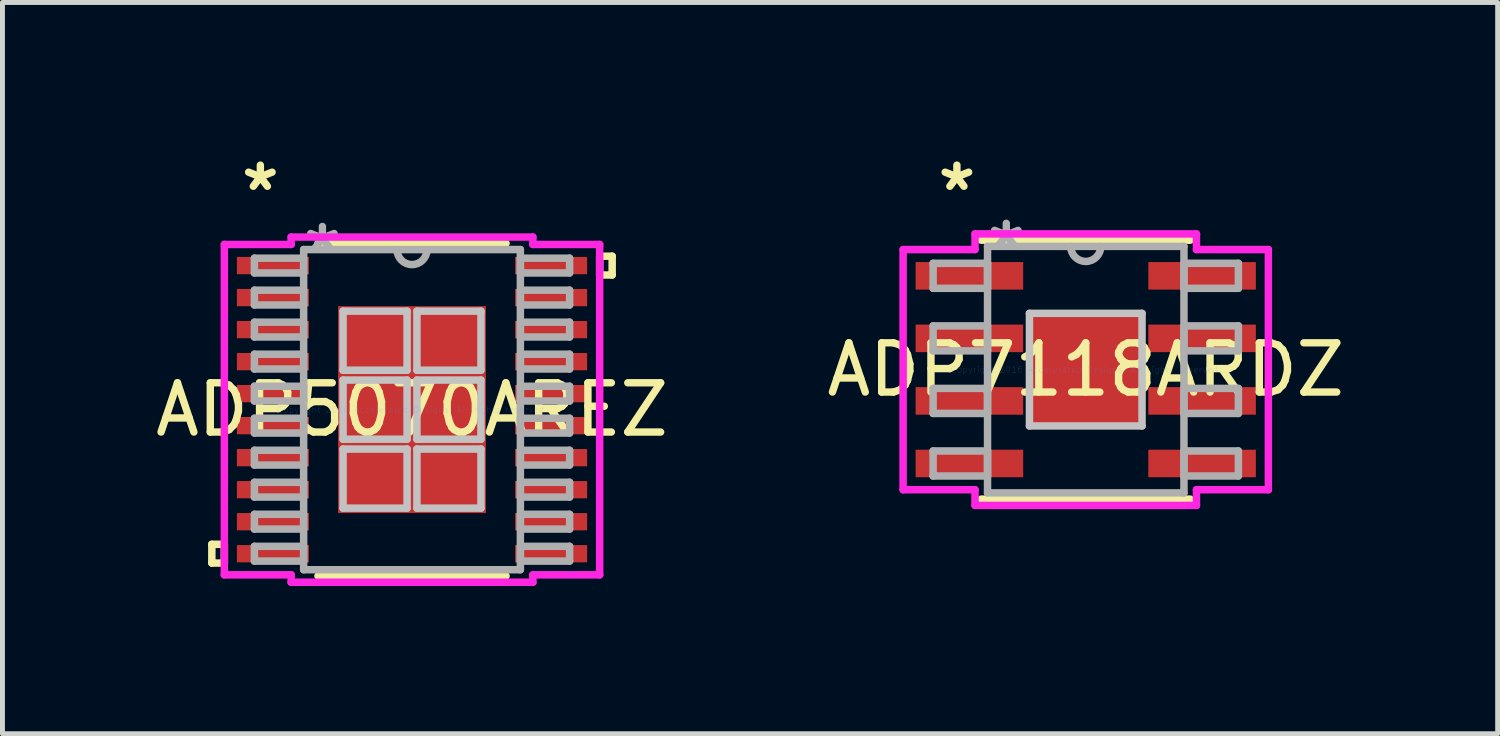
<source format=kicad_pcb>
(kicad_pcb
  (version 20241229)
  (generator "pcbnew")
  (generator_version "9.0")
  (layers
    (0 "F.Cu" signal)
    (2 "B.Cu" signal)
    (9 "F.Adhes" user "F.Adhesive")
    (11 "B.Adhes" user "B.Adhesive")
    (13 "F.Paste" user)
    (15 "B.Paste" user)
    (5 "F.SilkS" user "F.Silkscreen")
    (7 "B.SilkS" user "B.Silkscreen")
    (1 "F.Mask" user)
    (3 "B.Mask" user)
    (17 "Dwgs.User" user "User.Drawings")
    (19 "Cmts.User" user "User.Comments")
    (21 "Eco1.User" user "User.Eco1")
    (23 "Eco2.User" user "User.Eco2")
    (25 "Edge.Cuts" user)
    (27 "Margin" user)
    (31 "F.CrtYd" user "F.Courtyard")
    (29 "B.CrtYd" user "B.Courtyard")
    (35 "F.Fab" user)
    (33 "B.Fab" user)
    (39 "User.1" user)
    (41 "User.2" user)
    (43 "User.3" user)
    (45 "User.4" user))
  (footprint "ADP7118ARDZ"
    (layer "F.Cu")
    (at 18.994 4.455)
    (property "Reference" "ADP7118ARDZ" (at 0 0 0) (layer "F.SilkS") (effects (font (size 1 1) (thickness 0.15))))
    (attr through_hole)
    (fp_line (start -2.121 2.629) (end 2.121 2.629) (stroke (width 0.152) (type solid)) (layer "F.SilkS"))
    (fp_line (start 2.121 -2.629) (end -2.121 -2.629) (stroke (width 0.152) (type solid)) (layer "F.SilkS"))
    (fp_line (start -1.143 -1.143) (end -1.143 1.143) (stroke (width 0.152) (type solid)) (layer "Dwgs.User"))
    (fp_line (start -1.143 1.143) (end 1.143 1.143) (stroke (width 0.152) (type solid)) (layer "Dwgs.User"))
    (fp_line (start 1.143 -1.143) (end -1.143 -1.143) (stroke (width 0.152) (type solid)) (layer "Dwgs.User"))
    (fp_line (start 1.143 1.143) (end 1.143 -1.143) (stroke (width 0.152) (type solid)) (layer "Dwgs.User"))
    (fp_line (start -3.708 -2.438) (end -2.248 -2.438) (stroke (width 0.152) (type solid)) (layer "F.CrtYd"))
    (fp_line (start -3.708 2.438) (end -3.708 -2.438) (stroke (width 0.152) (type solid)) (layer "F.CrtYd"))
    (fp_line (start -2.248 -2.756) (end 2.248 -2.756) (stroke (width 0.152) (type solid)) (layer "F.CrtYd"))
    (fp_line (start -2.248 -2.438) (end -2.248 -2.756) (stroke (width 0.152) (type solid)) (layer "F.CrtYd"))
    (fp_line (start -2.248 2.438) (end -3.708 2.438) (stroke (width 0.152) (type solid)) (layer "F.CrtYd"))
    (fp_line (start -2.248 2.756) (end -2.248 2.438) (stroke (width 0.152) (type solid)) (layer "F.CrtYd"))
    (fp_line (start 2.248 -2.756) (end 2.248 -2.438) (stroke (width 0.152) (type solid)) (layer "F.CrtYd"))
    (fp_line (start 2.248 -2.438) (end 3.708 -2.438) (stroke (width 0.152) (type solid)) (layer "F.CrtYd"))
    (fp_line (start 2.248 2.438) (end 2.248 2.756) (stroke (width 0.152) (type solid)) (layer "F.CrtYd"))
    (fp_line (start 2.248 2.756) (end -2.248 2.756) (stroke (width 0.152) (type solid)) (layer "F.CrtYd"))
    (fp_line (start 3.708 -2.438) (end 3.708 2.438) (stroke (width 0.152) (type solid)) (layer "F.CrtYd"))
    (fp_line (start 3.708 2.438) (end 2.248 2.438) (stroke (width 0.152) (type solid)) (layer "F.CrtYd"))
    (fp_line (start -3.099 -2.159) (end -3.099 -1.651) (stroke (width 0.152) (type solid)) (layer "F.Fab"))
    (fp_line (start -3.099 -1.651) (end -1.994 -1.651) (stroke (width 0.152) (type solid)) (layer "F.Fab"))
    (fp_line (start -3.099 -0.889) (end -3.099 -0.381) (stroke (width 0.152) (type solid)) (layer "F.Fab"))
    (fp_line (start -3.099 -0.381) (end -1.994 -0.381) (stroke (width 0.152) (type solid)) (layer "F.Fab"))
    (fp_line (start -3.099 0.381) (end -3.099 0.889) (stroke (width 0.152) (type solid)) (layer "F.Fab"))
    (fp_line (start -3.099 0.889) (end -1.994 0.889) (stroke (width 0.152) (type solid)) (layer "F.Fab"))
    (fp_line (start -3.099 1.651) (end -3.099 2.159) (stroke (width 0.152) (type solid)) (layer "F.Fab"))
    (fp_line (start -3.099 2.159) (end -1.994 2.159) (stroke (width 0.152) (type solid)) (layer "F.Fab"))
    (fp_line (start -1.994 -2.502) (end -1.994 2.502) (stroke (width 0.152) (type solid)) (layer "F.Fab"))
    (fp_line (start -1.994 -2.159) (end -3.099 -2.159) (stroke (width 0.152) (type solid)) (layer "F.Fab"))
    (fp_line (start -1.994 -1.651) (end -1.994 -2.159) (stroke (width 0.152) (type solid)) (layer "F.Fab"))
    (fp_line (start -1.994 -0.889) (end -3.099 -0.889) (stroke (width 0.152) (type solid)) (layer "F.Fab"))
    (fp_line (start -1.994 -0.381) (end -1.994 -0.889) (stroke (width 0.152) (type solid)) (layer "F.Fab"))
    (fp_line (start -1.994 0.381) (end -3.099 0.381) (stroke (width 0.152) (type solid)) (layer "F.Fab"))
    (fp_line (start -1.994 0.889) (end -1.994 0.381) (stroke (width 0.152) (type solid)) (layer "F.Fab"))
    (fp_line (start -1.994 1.651) (end -3.099 1.651) (stroke (width 0.152) (type solid)) (layer "F.Fab"))
    (fp_line (start -1.994 2.159) (end -1.994 1.651) (stroke (width 0.152) (type solid)) (layer "F.Fab"))
    (fp_line (start -1.994 2.502) (end 1.994 2.502) (stroke (width 0.152) (type solid)) (layer "F.Fab"))
    (fp_line (start 1.994 -2.502) (end -1.994 -2.502) (stroke (width 0.152) (type solid)) (layer "F.Fab"))
    (fp_line (start 1.994 -2.159) (end 1.994 -1.651) (stroke (width 0.152) (type solid)) (layer "F.Fab"))
    (fp_line (start 1.994 -1.651) (end 3.099 -1.651) (stroke (width 0.152) (type solid)) (layer "F.Fab"))
    (fp_line (start 1.994 -0.889) (end 1.994 -0.381) (stroke (width 0.152) (type solid)) (layer "F.Fab"))
    (fp_line (start 1.994 -0.381) (end 3.099 -0.381) (stroke (width 0.152) (type solid)) (layer "F.Fab"))
    (fp_line (start 1.994 0.381) (end 1.994 0.889) (stroke (width 0.152) (type solid)) (layer "F.Fab"))
    (fp_line (start 1.994 0.889) (end 3.099 0.889) (stroke (width 0.152) (type solid)) (layer "F.Fab"))
    (fp_line (start 1.994 1.651) (end 1.994 2.159) (stroke (width 0.152) (type solid)) (layer "F.Fab"))
    (fp_line (start 1.994 2.159) (end 3.099 2.159) (stroke (width 0.152) (type solid)) (layer "F.Fab"))
    (fp_line (start 1.994 2.502) (end 1.994 -2.502) (stroke (width 0.152) (type solid)) (layer "F.Fab"))
    (fp_line (start 3.099 -2.159) (end 1.994 -2.159) (stroke (width 0.152) (type solid)) (layer "F.Fab"))
    (fp_line (start 3.099 -1.651) (end 3.099 -2.159) (stroke (width 0.152) (type solid)) (layer "F.Fab"))
    (fp_line (start 3.099 -0.889) (end 1.994 -0.889) (stroke (width 0.152) (type solid)) (layer "F.Fab"))
    (fp_line (start 3.099 -0.381) (end 3.099 -0.889) (stroke (width 0.152) (type solid)) (layer "F.Fab"))
    (fp_line (start 3.099 0.381) (end 1.994 0.381) (stroke (width 0.152) (type solid)) (layer "F.Fab"))
    (fp_line (start 3.099 0.889) (end 3.099 0.381) (stroke (width 0.152) (type solid)) (layer "F.Fab"))
    (fp_line (start 3.099 1.651) (end 1.994 1.651) (stroke (width 0.152) (type solid)) (layer "F.Fab"))
    (fp_line (start 3.099 2.159) (end 3.099 1.651) (stroke (width 0.152) (type solid)) (layer "F.Fab"))
    (fp_arc (start 0.3048 -2.5019) (mid 0 -2.1971) (end -0.3048 -2.5019) (stroke (width 0.1524) (type solid)) (layer "F.Fab"))
    (fp_text user "*" (at -2.616 -3.607 0) (layer "F.SilkS") (effects (font (size 1 1) (thickness 0.15))))
    (fp_text user "Copyright 2016 Accelerated Designs. All rights reserved." (at 0 0 0) (layer "Cmts.User") (effects (font (size 0.127 0.127) (thickness 0.002))))
    (fp_text user "*" (at -1.613 -2.426 0) (layer "F.Fab") (effects (font (size 1 1) (thickness 0.15))))
    (pad "1" smd rect (at -2.362 -1.905) (size 2.184 0.559) (layers "F.Cu" "F.Mask" "F.Paste"))
    (pad "2" smd rect (at -2.362 -0.635) (size 2.184 0.559) (layers "F.Cu" "F.Mask" "F.Paste"))
    (pad "3" smd rect (at -2.362 0.635) (size 2.184 0.559) (layers "F.Cu" "F.Mask" "F.Paste"))
    (pad "4" smd rect (at -2.362 1.905) (size 2.184 0.559) (layers "F.Cu" "F.Mask" "F.Paste"))
    (pad "5" smd rect (at 2.362 1.905) (size 2.184 0.559) (layers "F.Cu" "F.Mask" "F.Paste"))
    (pad "6" smd rect (at 2.362 0.635) (size 2.184 0.559) (layers "F.Cu" "F.Mask" "F.Paste"))
    (pad "7" smd rect (at 2.362 -0.635) (size 2.184 0.559) (layers "F.Cu" "F.Mask" "F.Paste"))
    (pad "8" smd rect (at 2.362 -1.905) (size 2.184 0.559) (layers "F.Cu" "F.Mask" "F.Paste"))
    (pad "EPAD" smd rect (at 0 0) (size 2.286 2.286) (layers "F.Cu" "F.Mask" "F.Paste")))
  (footprint "ADP5070AREZ"
    (layer "F.Cu")
    (at 5.315 5.267)
    (property "Reference" "ADP5070AREZ" (at 0 0 0) (layer "F.SilkS") (effects (font (size 1 1) (thickness 0.15))))
    (attr through_hole)
    (fp_line (start -4.064 2.734) (end -4.064 3.115) (stroke (width 0.152) (type solid)) (layer "F.SilkS"))
    (fp_line (start -4.064 3.115) (end -3.81 3.115) (stroke (width 0.152) (type solid)) (layer "F.SilkS"))
    (fp_line (start -3.81 2.734) (end -4.064 2.734) (stroke (width 0.152) (type solid)) (layer "F.SilkS"))
    (fp_line (start -3.81 3.115) (end -3.81 2.734) (stroke (width 0.152) (type solid)) (layer "F.SilkS"))
    (fp_line (start -1.909 3.377) (end 1.909 3.377) (stroke (width 0.152) (type solid)) (layer "F.SilkS"))
    (fp_line (start 1.909 -3.377) (end -1.909 -3.377) (stroke (width 0.152) (type solid)) (layer "F.SilkS"))
    (fp_line (start 3.81 -3.115) (end 4.064 -3.115) (stroke (width 0.152) (type solid)) (layer "F.SilkS"))
    (fp_line (start 3.81 -2.734) (end 3.81 -3.115) (stroke (width 0.152) (type solid)) (layer "F.SilkS"))
    (fp_line (start 4.064 -3.115) (end 4.064 -2.734) (stroke (width 0.152) (type solid)) (layer "F.SilkS"))
    (fp_line (start 4.064 -2.734) (end 3.81 -2.734) (stroke (width 0.152) (type solid)) (layer "F.SilkS"))
    (fp_line (start -1.4 -2) (end -1.4 -0.8) (stroke (width 0.152) (type solid)) (layer "Dwgs.User"))
    (fp_line (start -1.4 -0.8) (end -0.1 -0.8) (stroke (width 0.152) (type solid)) (layer "Dwgs.User"))
    (fp_line (start -1.4 -0.6) (end -1.4 0.6) (stroke (width 0.152) (type solid)) (layer "Dwgs.User"))
    (fp_line (start -1.4 0.6) (end -0.1 0.6) (stroke (width 0.152) (type solid)) (layer "Dwgs.User"))
    (fp_line (start -1.4 0.8) (end -1.4 2) (stroke (width 0.152) (type solid)) (layer "Dwgs.User"))
    (fp_line (start -1.4 2) (end -0.1 2) (stroke (width 0.152) (type solid)) (layer "Dwgs.User"))
    (fp_line (start -0.1 -2) (end -1.4 -2) (stroke (width 0.152) (type solid)) (layer "Dwgs.User"))
    (fp_line (start -0.1 -0.8) (end -0.1 -2) (stroke (width 0.152) (type solid)) (layer "Dwgs.User"))
    (fp_line (start -0.1 -0.6) (end -1.4 -0.6) (stroke (width 0.152) (type solid)) (layer "Dwgs.User"))
    (fp_line (start -0.1 0.6) (end -0.1 -0.6) (stroke (width 0.152) (type solid)) (layer "Dwgs.User"))
    (fp_line (start -0.1 0.8) (end -1.4 0.8) (stroke (width 0.152) (type solid)) (layer "Dwgs.User"))
    (fp_line (start -0.1 2) (end -0.1 0.8) (stroke (width 0.152) (type solid)) (layer "Dwgs.User"))
    (fp_line (start 0.1 -2) (end 0.1 -0.8) (stroke (width 0.152) (type solid)) (layer "Dwgs.User"))
    (fp_line (start 0.1 -0.8) (end 1.4 -0.8) (stroke (width 0.152) (type solid)) (layer "Dwgs.User"))
    (fp_line (start 0.1 -0.6) (end 0.1 0.6) (stroke (width 0.152) (type solid)) (layer "Dwgs.User"))
    (fp_line (start 0.1 0.6) (end 1.4 0.6) (stroke (width 0.152) (type solid)) (layer "Dwgs.User"))
    (fp_line (start 0.1 0.8) (end 0.1 2) (stroke (width 0.152) (type solid)) (layer "Dwgs.User"))
    (fp_line (start 0.1 2) (end 1.4 2) (stroke (width 0.152) (type solid)) (layer "Dwgs.User"))
    (fp_line (start 1.4 -2) (end 0.1 -2) (stroke (width 0.152) (type solid)) (layer "Dwgs.User"))
    (fp_line (start 1.4 -0.8) (end 1.4 -2) (stroke (width 0.152) (type solid)) (layer "Dwgs.User"))
    (fp_line (start 1.4 -0.6) (end 0.1 -0.6) (stroke (width 0.152) (type solid)) (layer "Dwgs.User"))
    (fp_line (start 1.4 0.6) (end 1.4 -0.6) (stroke (width 0.152) (type solid)) (layer "Dwgs.User"))
    (fp_line (start 1.4 0.8) (end 0.1 0.8) (stroke (width 0.152) (type solid)) (layer "Dwgs.User"))
    (fp_line (start 1.4 2) (end 1.4 0.8) (stroke (width 0.152) (type solid)) (layer "Dwgs.User"))
    (fp_line (start -3.81 -3.354) (end -2.454 -3.354) (stroke (width 0.152) (type solid)) (layer "F.CrtYd"))
    (fp_line (start -3.81 3.354) (end -3.81 -3.354) (stroke (width 0.152) (type solid)) (layer "F.CrtYd"))
    (fp_line (start -2.454 -3.504) (end 2.454 -3.504) (stroke (width 0.152) (type solid)) (layer "F.CrtYd"))
    (fp_line (start -2.454 -3.354) (end -2.454 -3.504) (stroke (width 0.152) (type solid)) (layer "F.CrtYd"))
    (fp_line (start -2.454 3.354) (end -3.81 3.354) (stroke (width 0.152) (type solid)) (layer "F.CrtYd"))
    (fp_line (start -2.454 3.504) (end -2.454 3.354) (stroke (width 0.152) (type solid)) (layer "F.CrtYd"))
    (fp_line (start 2.454 -3.504) (end 2.454 -3.354) (stroke (width 0.152) (type solid)) (layer "F.CrtYd"))
    (fp_line (start 2.454 -3.354) (end 3.81 -3.354) (stroke (width 0.152) (type solid)) (layer "F.CrtYd"))
    (fp_line (start 2.454 3.354) (end 2.454 3.504) (stroke (width 0.152) (type solid)) (layer "F.CrtYd"))
    (fp_line (start 2.454 3.504) (end -2.454 3.504) (stroke (width 0.152) (type solid)) (layer "F.CrtYd"))
    (fp_line (start 3.81 -3.354) (end 3.81 3.354) (stroke (width 0.152) (type solid)) (layer "F.CrtYd"))
    (fp_line (start 3.81 3.354) (end 2.454 3.354) (stroke (width 0.152) (type solid)) (layer "F.CrtYd"))
    (fp_line (start -3.2 -3.075) (end -3.2 -2.775) (stroke (width 0.152) (type solid)) (layer "F.Fab"))
    (fp_line (start -3.2 -2.775) (end -2.2 -2.775) (stroke (width 0.152) (type solid)) (layer "F.Fab"))
    (fp_line (start -3.2 -2.425) (end -3.2 -2.125) (stroke (width 0.152) (type solid)) (layer "F.Fab"))
    (fp_line (start -3.2 -2.125) (end -2.2 -2.125) (stroke (width 0.152) (type solid)) (layer "F.Fab"))
    (fp_line (start -3.2 -1.775) (end -3.2 -1.475) (stroke (width 0.152) (type solid)) (layer "F.Fab"))
    (fp_line (start -3.2 -1.475) (end -2.2 -1.475) (stroke (width 0.152) (type solid)) (layer "F.Fab"))
    (fp_line (start -3.2 -1.125) (end -3.2 -0.825) (stroke (width 0.152) (type solid)) (layer "F.Fab"))
    (fp_line (start -3.2 -0.825) (end -2.2 -0.825) (stroke (width 0.152) (type solid)) (layer "F.Fab"))
    (fp_line (start -3.2 -0.475) (end -3.2 -0.175) (stroke (width 0.152) (type solid)) (layer "F.Fab"))
    (fp_line (start -3.2 -0.175) (end -2.2 -0.175) (stroke (width 0.152) (type solid)) (layer "F.Fab"))
    (fp_line (start -3.2 0.175) (end -3.2 0.475) (stroke (width 0.152) (type solid)) (layer "F.Fab"))
    (fp_line (start -3.2 0.475) (end -2.2 0.475) (stroke (width 0.152) (type solid)) (layer "F.Fab"))
    (fp_line (start -3.2 0.825) (end -3.2 1.125) (stroke (width 0.152) (type solid)) (layer "F.Fab"))
    (fp_line (start -3.2 1.125) (end -2.2 1.125) (stroke (width 0.152) (type solid)) (layer "F.Fab"))
    (fp_line (start -3.2 1.475) (end -3.2 1.775) (stroke (width 0.152) (type solid)) (layer "F.Fab"))
    (fp_line (start -3.2 1.775) (end -2.2 1.775) (stroke (width 0.152) (type solid)) (layer "F.Fab"))
    (fp_line (start -3.2 2.125) (end -3.2 2.425) (stroke (width 0.152) (type solid)) (layer "F.Fab"))
    (fp_line (start -3.2 2.425) (end -2.2 2.425) (stroke (width 0.152) (type solid)) (layer "F.Fab"))
    (fp_line (start -3.2 2.775) (end -3.2 3.075) (stroke (width 0.152) (type solid)) (layer "F.Fab"))
    (fp_line (start -3.2 3.075) (end -2.2 3.075) (stroke (width 0.152) (type solid)) (layer "F.Fab"))
    (fp_line (start -2.2 -3.25) (end -2.2 3.25) (stroke (width 0.152) (type solid)) (layer "F.Fab"))
    (fp_line (start -2.2 -3.075) (end -3.2 -3.075) (stroke (width 0.152) (type solid)) (layer "F.Fab"))
    (fp_line (start -2.2 -2.775) (end -2.2 -3.075) (stroke (width 0.152) (type solid)) (layer "F.Fab"))
    (fp_line (start -2.2 -2.425) (end -3.2 -2.425) (stroke (width 0.152) (type solid)) (layer "F.Fab"))
    (fp_line (start -2.2 -2.125) (end -2.2 -2.425) (stroke (width 0.152) (type solid)) (layer "F.Fab"))
    (fp_line (start -2.2 -1.775) (end -3.2 -1.775) (stroke (width 0.152) (type solid)) (layer "F.Fab"))
    (fp_line (start -2.2 -1.475) (end -2.2 -1.775) (stroke (width 0.152) (type solid)) (layer "F.Fab"))
    (fp_line (start -2.2 -1.125) (end -3.2 -1.125) (stroke (width 0.152) (type solid)) (layer "F.Fab"))
    (fp_line (start -2.2 -0.825) (end -2.2 -1.125) (stroke (width 0.152) (type solid)) (layer "F.Fab"))
    (fp_line (start -2.2 -0.475) (end -3.2 -0.475) (stroke (width 0.152) (type solid)) (layer "F.Fab"))
    (fp_line (start -2.2 -0.175) (end -2.2 -0.475) (stroke (width 0.152) (type solid)) (layer "F.Fab"))
    (fp_line (start -2.2 0.175) (end -3.2 0.175) (stroke (width 0.152) (type solid)) (layer "F.Fab"))
    (fp_line (start -2.2 0.475) (end -2.2 0.175) (stroke (width 0.152) (type solid)) (layer "F.Fab"))
    (fp_line (start -2.2 0.825) (end -3.2 0.825) (stroke (width 0.152) (type solid)) (layer "F.Fab"))
    (fp_line (start -2.2 1.125) (end -2.2 0.825) (stroke (width 0.152) (type solid)) (layer "F.Fab"))
    (fp_line (start -2.2 1.475) (end -3.2 1.475) (stroke (width 0.152) (type solid)) (layer "F.Fab"))
    (fp_line (start -2.2 1.775) (end -2.2 1.475) (stroke (width 0.152) (type solid)) (layer "F.Fab"))
    (fp_line (start -2.2 2.125) (end -3.2 2.125) (stroke (width 0.152) (type solid)) (layer "F.Fab"))
    (fp_line (start -2.2 2.425) (end -2.2 2.125) (stroke (width 0.152) (type solid)) (layer "F.Fab"))
    (fp_line (start -2.2 2.775) (end -3.2 2.775) (stroke (width 0.152) (type solid)) (layer "F.Fab"))
    (fp_line (start -2.2 3.075) (end -2.2 2.775) (stroke (width 0.152) (type solid)) (layer "F.Fab"))
    (fp_line (start -2.2 3.25) (end 2.2 3.25) (stroke (width 0.152) (type solid)) (layer "F.Fab"))
    (fp_line (start 2.2 -3.25) (end -2.2 -3.25) (stroke (width 0.152) (type solid)) (layer "F.Fab"))
    (fp_line (start 2.2 -3.075) (end 2.2 -2.775) (stroke (width 0.152) (type solid)) (layer "F.Fab"))
    (fp_line (start 2.2 -2.775) (end 3.2 -2.775) (stroke (width 0.152) (type solid)) (layer "F.Fab"))
    (fp_line (start 2.2 -2.425) (end 2.2 -2.125) (stroke (width 0.152) (type solid)) (layer "F.Fab"))
    (fp_line (start 2.2 -2.125) (end 3.2 -2.125) (stroke (width 0.152) (type solid)) (layer "F.Fab"))
    (fp_line (start 2.2 -1.775) (end 2.2 -1.475) (stroke (width 0.152) (type solid)) (layer "F.Fab"))
    (fp_line (start 2.2 -1.475) (end 3.2 -1.475) (stroke (width 0.152) (type solid)) (layer "F.Fab"))
    (fp_line (start 2.2 -1.125) (end 2.2 -0.825) (stroke (width 0.152) (type solid)) (layer "F.Fab"))
    (fp_line (start 2.2 -0.825) (end 3.2 -0.825) (stroke (width 0.152) (type solid)) (layer "F.Fab"))
    (fp_line (start 2.2 -0.475) (end 2.2 -0.175) (stroke (width 0.152) (type solid)) (layer "F.Fab"))
    (fp_line (start 2.2 -0.175) (end 3.2 -0.175) (stroke (width 0.152) (type solid)) (layer "F.Fab"))
    (fp_line (start 2.2 0.175) (end 2.2 0.475) (stroke (width 0.152) (type solid)) (layer "F.Fab"))
    (fp_line (start 2.2 0.475) (end 3.2 0.475) (stroke (width 0.152) (type solid)) (layer "F.Fab"))
    (fp_line (start 2.2 0.825) (end 2.2 1.125) (stroke (width 0.152) (type solid)) (layer "F.Fab"))
    (fp_line (start 2.2 1.125) (end 3.2 1.125) (stroke (width 0.152) (type solid)) (layer "F.Fab"))
    (fp_line (start 2.2 1.475) (end 2.2 1.775) (stroke (width 0.152) (type solid)) (layer "F.Fab"))
    (fp_line (start 2.2 1.775) (end 3.2 1.775) (stroke (width 0.152) (type solid)) (layer "F.Fab"))
    (fp_line (start 2.2 2.125) (end 2.2 2.425) (stroke (width 0.152) (type solid)) (layer "F.Fab"))
    (fp_line (start 2.2 2.425) (end 3.2 2.425) (stroke (width 0.152) (type solid)) (layer "F.Fab"))
    (fp_line (start 2.2 2.775) (end 2.2 3.075) (stroke (width 0.152) (type solid)) (layer "F.Fab"))
    (fp_line (start 2.2 3.075) (end 3.2 3.075) (stroke (width 0.152) (type solid)) (layer "F.Fab"))
    (fp_line (start 2.2 3.25) (end 2.2 -3.25) (stroke (width 0.152) (type solid)) (layer "F.Fab"))
    (fp_line (start 3.2 -3.075) (end 2.2 -3.075) (stroke (width 0.152) (type solid)) (layer "F.Fab"))
    (fp_line (start 3.2 -2.775) (end 3.2 -3.075) (stroke (width 0.152) (type solid)) (layer "F.Fab"))
    (fp_line (start 3.2 -2.425) (end 2.2 -2.425) (stroke (width 0.152) (type solid)) (layer "F.Fab"))
    (fp_line (start 3.2 -2.125) (end 3.2 -2.425) (stroke (width 0.152) (type solid)) (layer "F.Fab"))
    (fp_line (start 3.2 -1.775) (end 2.2 -1.775) (stroke (width 0.152) (type solid)) (layer "F.Fab"))
    (fp_line (start 3.2 -1.475) (end 3.2 -1.775) (stroke (width 0.152) (type solid)) (layer "F.Fab"))
    (fp_line (start 3.2 -1.125) (end 2.2 -1.125) (stroke (width 0.152) (type solid)) (layer "F.Fab"))
    (fp_line (start 3.2 -0.825) (end 3.2 -1.125) (stroke (width 0.152) (type solid)) (layer "F.Fab"))
    (fp_line (start 3.2 -0.475) (end 2.2 -0.475) (stroke (width 0.152) (type solid)) (layer "F.Fab"))
    (fp_line (start 3.2 -0.175) (end 3.2 -0.475) (stroke (width 0.152) (type solid)) (layer "F.Fab"))
    (fp_line (start 3.2 0.175) (end 2.2 0.175) (stroke (width 0.152) (type solid)) (layer "F.Fab"))
    (fp_line (start 3.2 0.475) (end 3.2 0.175) (stroke (width 0.152) (type solid)) (layer "F.Fab"))
    (fp_line (start 3.2 0.825) (end 2.2 0.825) (stroke (width 0.152) (type solid)) (layer "F.Fab"))
    (fp_line (start 3.2 1.125) (end 3.2 0.825) (stroke (width 0.152) (type solid)) (layer "F.Fab"))
    (fp_line (start 3.2 1.475) (end 2.2 1.475) (stroke (width 0.152) (type solid)) (layer "F.Fab"))
    (fp_line (start 3.2 1.775) (end 3.2 1.475) (stroke (width 0.152) (type solid)) (layer "F.Fab"))
    (fp_line (start 3.2 2.125) (end 2.2 2.125) (stroke (width 0.152) (type solid)) (layer "F.Fab"))
    (fp_line (start 3.2 2.425) (end 3.2 2.125) (stroke (width 0.152) (type solid)) (layer "F.Fab"))
    (fp_line (start 3.2 2.775) (end 2.2 2.775) (stroke (width 0.152) (type solid)) (layer "F.Fab"))
    (fp_line (start 3.2 3.075) (end 3.2 2.775) (stroke (width 0.152) (type solid)) (layer "F.Fab"))
    (fp_arc (start 0.3048 -3.250001) (mid 0 -2.945201) (end -0.3048 -3.250001) (stroke (width 0.1524) (type solid)) (layer "F.Fab"))
    (fp_text user "*" (at -3.079 -4.419 0) (layer "F.SilkS") (effects (font (size 1 1) (thickness 0.15))))
    (fp_text user "Copyright 2016 Accelerated Designs. All rights reserved." (at 0 0 0) (layer "Cmts.User") (effects (font (size 0.127 0.127) (thickness 0.002))))
    (fp_text user "*" (at -1.819 -3.174 0) (layer "F.Fab") (effects (font (size 1 1) (thickness 0.15))))
    (pad "1" smd rect (at -2.825 -2.925) (size 1.461 0.351) (layers "F.Cu" "F.Mask" "F.Paste"))
    (pad "2" smd rect (at -2.825 -2.275) (size 1.461 0.351) (layers "F.Cu" "F.Mask" "F.Paste"))
    (pad "3" smd rect (at -2.825 -1.625) (size 1.461 0.351) (layers "F.Cu" "F.Mask" "F.Paste"))
    (pad "4" smd rect (at -2.825 -0.975) (size 1.461 0.351) (layers "F.Cu" "F.Mask" "F.Paste"))
    (pad "5" smd rect (at -2.825 -0.325) (size 1.461 0.351) (layers "F.Cu" "F.Mask" "F.Paste"))
    (pad "6" smd rect (at -2.825 0.325) (size 1.461 0.351) (layers "F.Cu" "F.Mask" "F.Paste"))
    (pad "7" smd rect (at -2.825 0.975) (size 1.461 0.351) (layers "F.Cu" "F.Mask" "F.Paste"))
    (pad "8" smd rect (at -2.825 1.625) (size 1.461 0.351) (layers "F.Cu" "F.Mask" "F.Paste"))
    (pad "9" smd rect (at -2.825 2.275) (size 1.461 0.351) (layers "F.Cu" "F.Mask" "F.Paste"))
    (pad "10" smd rect (at -2.825 2.925) (size 1.461 0.351) (layers "F.Cu" "F.Mask" "F.Paste"))
    (pad "11" smd rect (at 2.825 2.925) (size 1.461 0.351) (layers "F.Cu" "F.Mask" "F.Paste"))
    (pad "12" smd rect (at 2.825 2.275) (size 1.461 0.351) (layers "F.Cu" "F.Mask" "F.Paste"))
    (pad "13" smd rect (at 2.825 1.625) (size 1.461 0.351) (layers "F.Cu" "F.Mask" "F.Paste"))
    (pad "14" smd rect (at 2.825 0.975) (size 1.461 0.351) (layers "F.Cu" "F.Mask" "F.Paste"))
    (pad "15" smd rect (at 2.825 0.325) (size 1.461 0.351) (layers "F.Cu" "F.Mask" "F.Paste"))
    (pad "16" smd rect (at 2.825 -0.325) (size 1.461 0.351) (layers "F.Cu" "F.Mask" "F.Paste"))
    (pad "17" smd rect (at 2.825 -0.975) (size 1.461 0.351) (layers "F.Cu" "F.Mask" "F.Paste"))
    (pad "18" smd rect (at 2.825 -1.625) (size 1.461 0.351) (layers "F.Cu" "F.Mask" "F.Paste"))
    (pad "19" smd rect (at 2.825 -2.275) (size 1.461 0.351) (layers "F.Cu" "F.Mask" "F.Paste"))
    (pad "20" smd rect (at 2.825 -2.925) (size 1.461 0.351) (layers "F.Cu" "F.Mask" "F.Paste"))
    (pad "EPAD" smd rect (at 0 0) (size 3 4.2) (layers "F.Cu" "F.Mask" "F.Paste")))
  (gr_rect
    (start -3 -3)
    (end 27.357 11.847)
    (stroke (width 0.1) (type default))
    (fill no)
    (layer "Edge.Cuts")))
</source>
